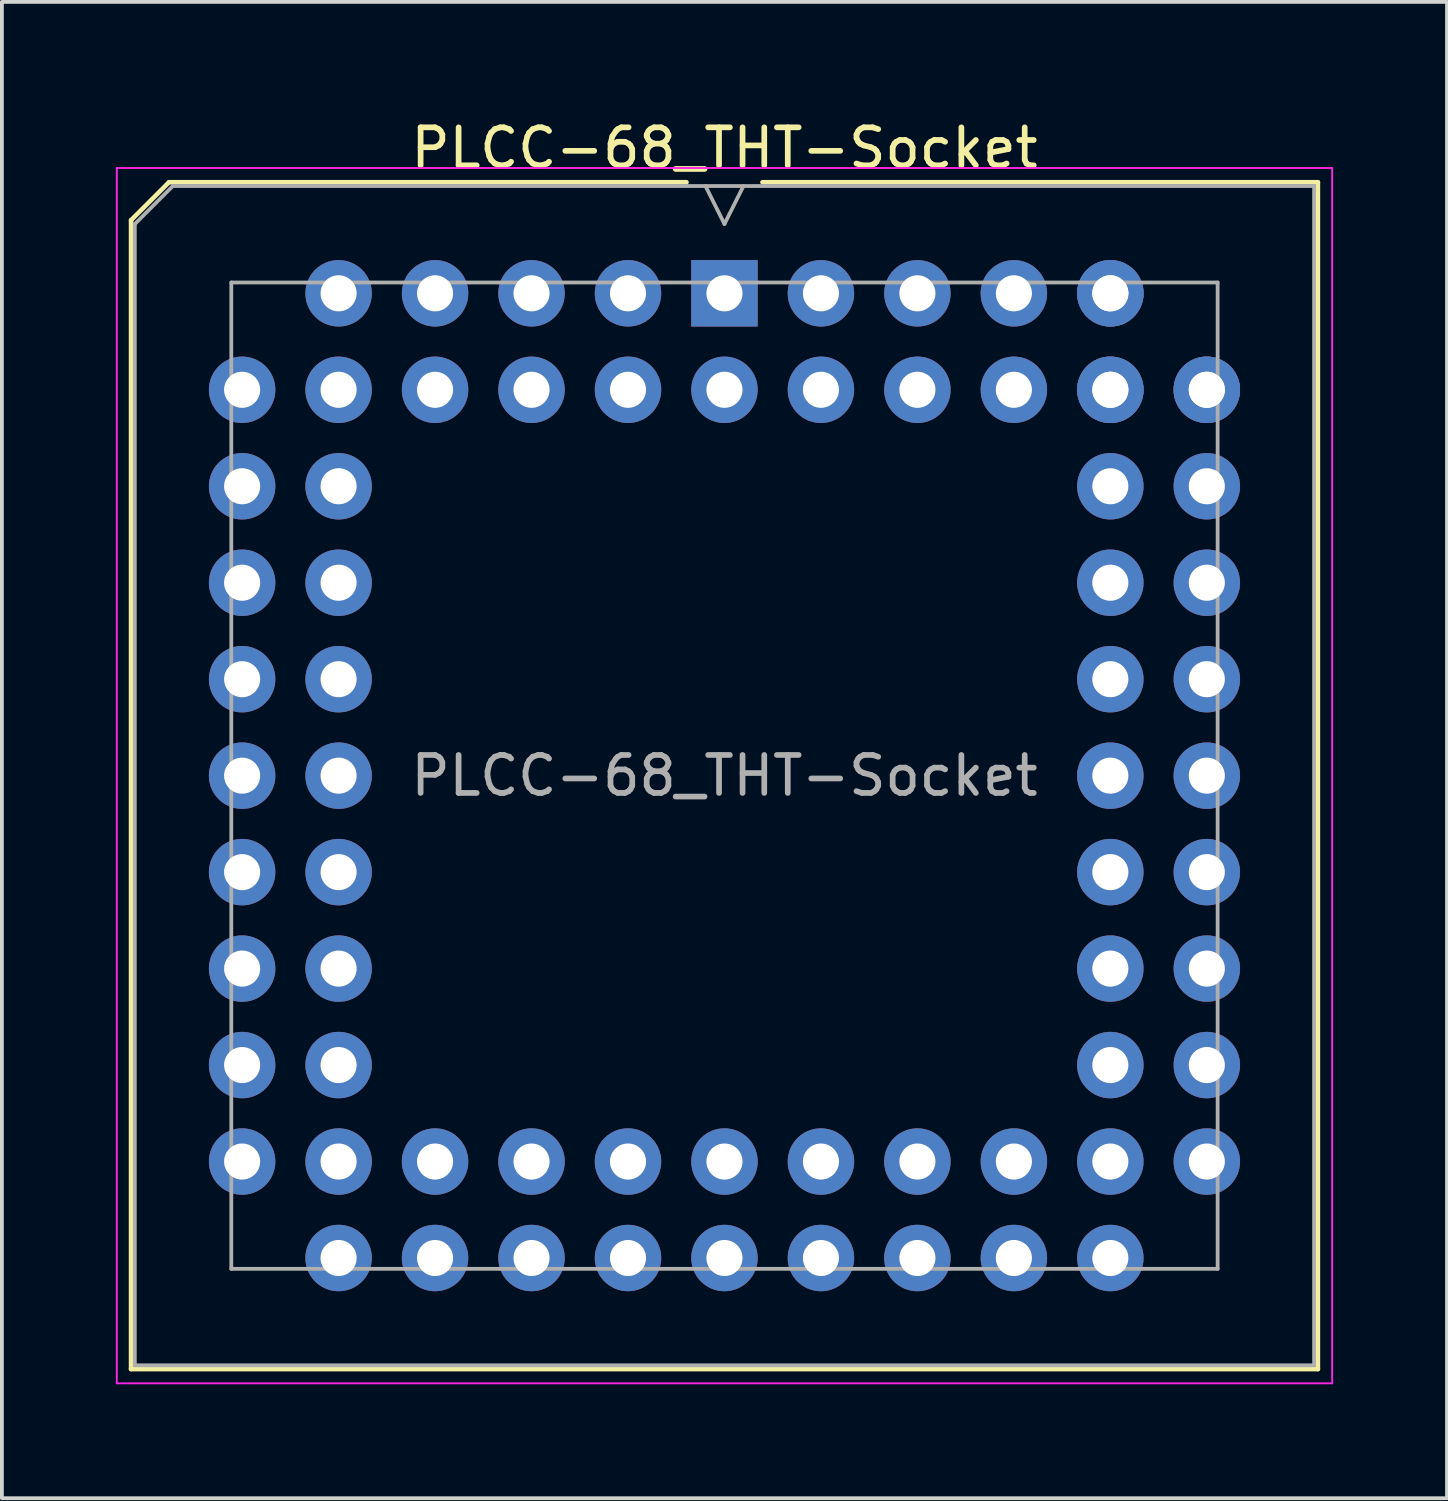
<source format=kicad_pcb>
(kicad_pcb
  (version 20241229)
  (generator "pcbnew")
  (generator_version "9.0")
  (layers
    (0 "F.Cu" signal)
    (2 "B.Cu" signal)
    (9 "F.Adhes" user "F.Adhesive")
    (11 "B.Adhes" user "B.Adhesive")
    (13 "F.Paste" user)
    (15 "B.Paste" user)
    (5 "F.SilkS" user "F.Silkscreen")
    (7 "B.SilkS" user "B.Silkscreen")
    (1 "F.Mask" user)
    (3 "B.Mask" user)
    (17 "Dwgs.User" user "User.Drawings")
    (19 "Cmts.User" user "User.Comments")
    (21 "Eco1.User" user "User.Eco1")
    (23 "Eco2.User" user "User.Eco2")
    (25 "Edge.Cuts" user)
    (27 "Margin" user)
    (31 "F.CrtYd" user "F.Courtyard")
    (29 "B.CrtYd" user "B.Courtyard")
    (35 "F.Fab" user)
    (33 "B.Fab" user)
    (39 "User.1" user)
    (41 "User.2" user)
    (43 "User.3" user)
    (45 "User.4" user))
  (footprint "PLCC-68_THT-Socket"
    (layer "F.Cu")
    (at 16.025 4.673)
    (property "Reference" "PLCC-68_THT-Socket" (at 0 -3.825 0) (layer "F.SilkS") (effects (font (size 1 1) (thickness 0.15))))
    (attr through_hole)
    (fp_line (start -15.625 -1.925) (end -15.625 28.325) (stroke (width 0.12) (type solid)) (layer "F.SilkS"))
    (fp_line (start -15.625 28.325) (end 15.625 28.325) (stroke (width 0.12) (type solid)) (layer "F.SilkS"))
    (fp_line (start -14.625 -2.925) (end -15.625 -1.925) (stroke (width 0.12) (type solid)) (layer "F.SilkS"))
    (fp_line (start -1 -2.925) (end -14.625 -2.925) (stroke (width 0.12) (type solid)) (layer "F.SilkS"))
    (fp_line (start 15.625 -2.925) (end 1 -2.925) (stroke (width 0.12) (type solid)) (layer "F.SilkS"))
    (fp_line (start 15.625 28.325) (end 15.625 -2.925) (stroke (width 0.12) (type solid)) (layer "F.SilkS"))
    (fp_line (start -16 -3.3) (end -16 28.7) (stroke (width 0.05) (type solid)) (layer "F.CrtYd"))
    (fp_line (start -16 28.7) (end 16 28.7) (stroke (width 0.05) (type solid)) (layer "F.CrtYd"))
    (fp_line (start 16 -3.3) (end -16 -3.3) (stroke (width 0.05) (type solid)) (layer "F.CrtYd"))
    (fp_line (start 16 28.7) (end 16 -3.3) (stroke (width 0.05) (type solid)) (layer "F.CrtYd"))
    (fp_line (start -15.525 -1.825) (end -15.525 28.225) (stroke (width 0.1) (type solid)) (layer "F.Fab"))
    (fp_line (start -15.525 28.225) (end 15.525 28.225) (stroke (width 0.1) (type solid)) (layer "F.Fab"))
    (fp_line (start -14.525 -2.825) (end -15.525 -1.825) (stroke (width 0.1) (type solid)) (layer "F.Fab"))
    (fp_line (start -12.985 -0.285) (end -12.985 25.685) (stroke (width 0.1) (type solid)) (layer "F.Fab"))
    (fp_line (start -12.985 25.685) (end 12.985 25.685) (stroke (width 0.1) (type solid)) (layer "F.Fab"))
    (fp_line (start -0.5 -2.825) (end 0 -1.825) (stroke (width 0.1) (type solid)) (layer "F.Fab"))
    (fp_line (start 0 -1.825) (end 0.5 -2.825) (stroke (width 0.1) (type solid)) (layer "F.Fab"))
    (fp_line (start 12.985 -0.285) (end -12.985 -0.285) (stroke (width 0.1) (type solid)) (layer "F.Fab"))
    (fp_line (start 12.985 25.685) (end 12.985 -0.285) (stroke (width 0.1) (type solid)) (layer "F.Fab"))
    (fp_line (start 15.525 -2.825) (end -14.525 -2.825) (stroke (width 0.1) (type solid)) (layer "F.Fab"))
    (fp_line (start 15.525 28.225) (end 15.525 -2.825) (stroke (width 0.1) (type solid)) (layer "F.Fab"))
    (fp_text user "${REFERENCE}" (at 0 12.7 0) (layer "F.Fab") (effects (font (size 1 1) (thickness 0.15))))
    (pad "1" thru_hole rect (at 0 0) (size 1.75 1.75) (drill 0.95) (layers "*.Cu" "*.Mask"))
    (pad "2" thru_hole circle (at 0 2.54) (size 1.75 1.75) (drill 0.95) (layers "*.Cu" "*.Mask"))
    (pad "3" thru_hole circle (at -2.54 0) (size 1.75 1.75) (drill 0.95) (layers "*.Cu" "*.Mask"))
    (pad "4" thru_hole circle (at -2.54 2.54) (size 1.75 1.75) (drill 0.95) (layers "*.Cu" "*.Mask"))
    (pad "5" thru_hole circle (at -5.08 0) (size 1.75 1.75) (drill 0.95) (layers "*.Cu" "*.Mask"))
    (pad "6" thru_hole circle (at -5.08 2.54) (size 1.75 1.75) (drill 0.95) (layers "*.Cu" "*.Mask"))
    (pad "7" thru_hole circle (at -7.62 0) (size 1.75 1.75) (drill 0.95) (layers "*.Cu" "*.Mask"))
    (pad "8" thru_hole circle (at -7.62 2.54) (size 1.75 1.75) (drill 0.95) (layers "*.Cu" "*.Mask"))
    (pad "9" thru_hole circle (at -10.16 0) (size 1.75 1.75) (drill 0.95) (layers "*.Cu" "*.Mask"))
    (pad "10" thru_hole circle (at -12.7 2.54) (size 1.75 1.75) (drill 0.95) (layers "*.Cu" "*.Mask"))
    (pad "11" thru_hole circle (at -10.16 2.54) (size 1.75 1.75) (drill 0.95) (layers "*.Cu" "*.Mask"))
    (pad "12" thru_hole circle (at -12.7 5.08) (size 1.75 1.75) (drill 0.95) (layers "*.Cu" "*.Mask"))
    (pad "13" thru_hole circle (at -10.16 5.08) (size 1.75 1.75) (drill 0.95) (layers "*.Cu" "*.Mask"))
    (pad "14" thru_hole circle (at -12.7 7.62) (size 1.75 1.75) (drill 0.95) (layers "*.Cu" "*.Mask"))
    (pad "15" thru_hole circle (at -10.16 7.62) (size 1.75 1.75) (drill 0.95) (layers "*.Cu" "*.Mask"))
    (pad "16" thru_hole circle (at -12.7 10.16) (size 1.75 1.75) (drill 0.95) (layers "*.Cu" "*.Mask"))
    (pad "17" thru_hole circle (at -10.16 10.16) (size 1.75 1.75) (drill 0.95) (layers "*.Cu" "*.Mask"))
    (pad "18" thru_hole circle (at -12.7 12.7) (size 1.75 1.75) (drill 0.95) (layers "*.Cu" "*.Mask"))
    (pad "19" thru_hole circle (at -10.16 12.7) (size 1.75 1.75) (drill 0.95) (layers "*.Cu" "*.Mask"))
    (pad "20" thru_hole circle (at -12.7 15.24) (size 1.75 1.75) (drill 0.95) (layers "*.Cu" "*.Mask"))
    (pad "21" thru_hole circle (at -10.16 15.24) (size 1.75 1.75) (drill 0.95) (layers "*.Cu" "*.Mask"))
    (pad "22" thru_hole circle (at -12.7 17.78) (size 1.75 1.75) (drill 0.95) (layers "*.Cu" "*.Mask"))
    (pad "23" thru_hole circle (at -10.16 17.78) (size 1.75 1.75) (drill 0.95) (layers "*.Cu" "*.Mask"))
    (pad "24" thru_hole circle (at -12.7 20.32) (size 1.75 1.75) (drill 0.95) (layers "*.Cu" "*.Mask"))
    (pad "25" thru_hole circle (at -10.16 20.32) (size 1.75 1.75) (drill 0.95) (layers "*.Cu" "*.Mask"))
    (pad "26" thru_hole circle (at -12.7 22.86) (size 1.75 1.75) (drill 0.95) (layers "*.Cu" "*.Mask"))
    (pad "27" thru_hole circle (at -10.16 25.4) (size 1.75 1.75) (drill 0.95) (layers "*.Cu" "*.Mask"))
    (pad "28" thru_hole circle (at -10.16 22.86) (size 1.75 1.75) (drill 0.95) (layers "*.Cu" "*.Mask"))
    (pad "29" thru_hole circle (at -7.62 25.4) (size 1.75 1.75) (drill 0.95) (layers "*.Cu" "*.Mask"))
    (pad "30" thru_hole circle (at -7.62 22.86) (size 1.75 1.75) (drill 0.95) (layers "*.Cu" "*.Mask"))
    (pad "31" thru_hole circle (at -5.08 25.4) (size 1.75 1.75) (drill 0.95) (layers "*.Cu" "*.Mask"))
    (pad "32" thru_hole circle (at -5.08 22.86) (size 1.75 1.75) (drill 0.95) (layers "*.Cu" "*.Mask"))
    (pad "33" thru_hole circle (at -2.54 25.4) (size 1.75 1.75) (drill 0.95) (layers "*.Cu" "*.Mask"))
    (pad "34" thru_hole circle (at -2.54 22.86) (size 1.75 1.75) (drill 0.95) (layers "*.Cu" "*.Mask"))
    (pad "35" thru_hole circle (at 0 25.4) (size 1.75 1.75) (drill 0.95) (layers "*.Cu" "*.Mask"))
    (pad "36" thru_hole circle (at 0 22.86) (size 1.75 1.75) (drill 0.95) (layers "*.Cu" "*.Mask"))
    (pad "37" thru_hole circle (at 2.54 25.4) (size 1.75 1.75) (drill 0.95) (layers "*.Cu" "*.Mask"))
    (pad "38" thru_hole circle (at 2.54 22.86) (size 1.75 1.75) (drill 0.95) (layers "*.Cu" "*.Mask"))
    (pad "39" thru_hole circle (at 5.08 25.4) (size 1.75 1.75) (drill 0.95) (layers "*.Cu" "*.Mask"))
    (pad "40" thru_hole circle (at 5.08 22.86) (size 1.75 1.75) (drill 0.95) (layers "*.Cu" "*.Mask"))
    (pad "41" thru_hole circle (at 7.62 25.4) (size 1.75 1.75) (drill 0.95) (layers "*.Cu" "*.Mask"))
    (pad "42" thru_hole circle (at 7.62 22.86) (size 1.75 1.75) (drill 0.95) (layers "*.Cu" "*.Mask"))
    (pad "43" thru_hole circle (at 10.16 25.4) (size 1.75 1.75) (drill 0.95) (layers "*.Cu" "*.Mask"))
    (pad "44" thru_hole circle (at 10.16 22.86) (size 1.75 1.75) (drill 0.95) (layers "*.Cu" "*.Mask"))
    (pad "44" thru_hole circle (at 12.7 22.86) (size 1.75 1.75) (drill 0.95) (layers "*.Cu" "*.Mask"))
    (pad "45" thru_hole circle (at 10.16 20.32) (size 1.75 1.75) (drill 0.95) (layers "*.Cu" "*.Mask"))
    (pad "46" thru_hole circle (at 12.7 20.32) (size 1.75 1.75) (drill 0.95) (layers "*.Cu" "*.Mask"))
    (pad "47" thru_hole circle (at 10.16 17.78) (size 1.75 1.75) (drill 0.95) (layers "*.Cu" "*.Mask"))
    (pad "48" thru_hole circle (at 12.7 17.78) (size 1.75 1.75) (drill 0.95) (layers "*.Cu" "*.Mask"))
    (pad "49" thru_hole circle (at 10.16 15.24) (size 1.75 1.75) (drill 0.95) (layers "*.Cu" "*.Mask"))
    (pad "50" thru_hole circle (at 12.7 15.24) (size 1.75 1.75) (drill 0.95) (layers "*.Cu" "*.Mask"))
    (pad "51" thru_hole circle (at 10.16 12.7) (size 1.75 1.75) (drill 0.95) (layers "*.Cu" "*.Mask"))
    (pad "52" thru_hole circle (at 12.7 12.7) (size 1.75 1.75) (drill 0.95) (layers "*.Cu" "*.Mask"))
    (pad "53" thru_hole circle (at 10.16 10.16) (size 1.75 1.75) (drill 0.95) (layers "*.Cu" "*.Mask"))
    (pad "54" thru_hole circle (at 12.7 10.16) (size 1.75 1.75) (drill 0.95) (layers "*.Cu" "*.Mask"))
    (pad "55" thru_hole circle (at 10.16 7.62) (size 1.75 1.75) (drill 0.95) (layers "*.Cu" "*.Mask"))
    (pad "56" thru_hole circle (at 12.7 7.62) (size 1.75 1.75) (drill 0.95) (layers "*.Cu" "*.Mask"))
    (pad "57" thru_hole circle (at 10.16 5.08) (size 1.75 1.75) (drill 0.95) (layers "*.Cu" "*.Mask"))
    (pad "58" thru_hole circle (at 12.7 5.08) (size 1.75 1.75) (drill 0.95) (layers "*.Cu" "*.Mask"))
    (pad "59" thru_hole circle (at 10.16 2.54) (size 1.75 1.75) (drill 0.95) (layers "*.Cu" "*.Mask"))
    (pad "60" thru_hole circle (at 12.7 2.54) (size 1.75 1.75) (drill 0.95) (layers "*.Cu" "*.Mask"))
    (pad "60" thru_hole circle (at 12.7 2.54) (size 1.75 1.75) (drill 0.95) (layers "*.Cu" "*.Mask"))
    (pad "61" thru_hole circle (at 10.16 0) (size 1.75 1.75) (drill 0.95) (layers "*.Cu" "*.Mask"))
    (pad "61" thru_hole circle (at 10.16 0) (size 1.75 1.75) (drill 0.95) (layers "*.Cu" "*.Mask"))
    (pad "62" thru_hole circle (at 10.16 2.54) (size 1.75 1.75) (drill 0.95) (layers "*.Cu" "*.Mask"))
    (pad "63" thru_hole circle (at 7.62 0) (size 1.75 1.75) (drill 0.95) (layers "*.Cu" "*.Mask"))
    (pad "64" thru_hole circle (at 7.62 2.54) (size 1.75 1.75) (drill 0.95) (layers "*.Cu" "*.Mask"))
    (pad "65" thru_hole circle (at 5.08 0) (size 1.75 1.75) (drill 0.95) (layers "*.Cu" "*.Mask"))
    (pad "66" thru_hole circle (at 5.08 2.54) (size 1.75 1.75) (drill 0.95) (layers "*.Cu" "*.Mask"))
    (pad "67" thru_hole circle (at 2.54 0) (size 1.75 1.75) (drill 0.95) (layers "*.Cu" "*.Mask"))
    (pad "68" thru_hole circle (at 2.54 2.54) (size 1.75 1.75) (drill 0.95) (layers "*.Cu" "*.Mask")))
  (gr_rect
    (start -3 -3)
    (end 35.05 36.398)
    (stroke (width 0.1) (type default))
    (fill no)
    (layer "Edge.Cuts")))
</source>
